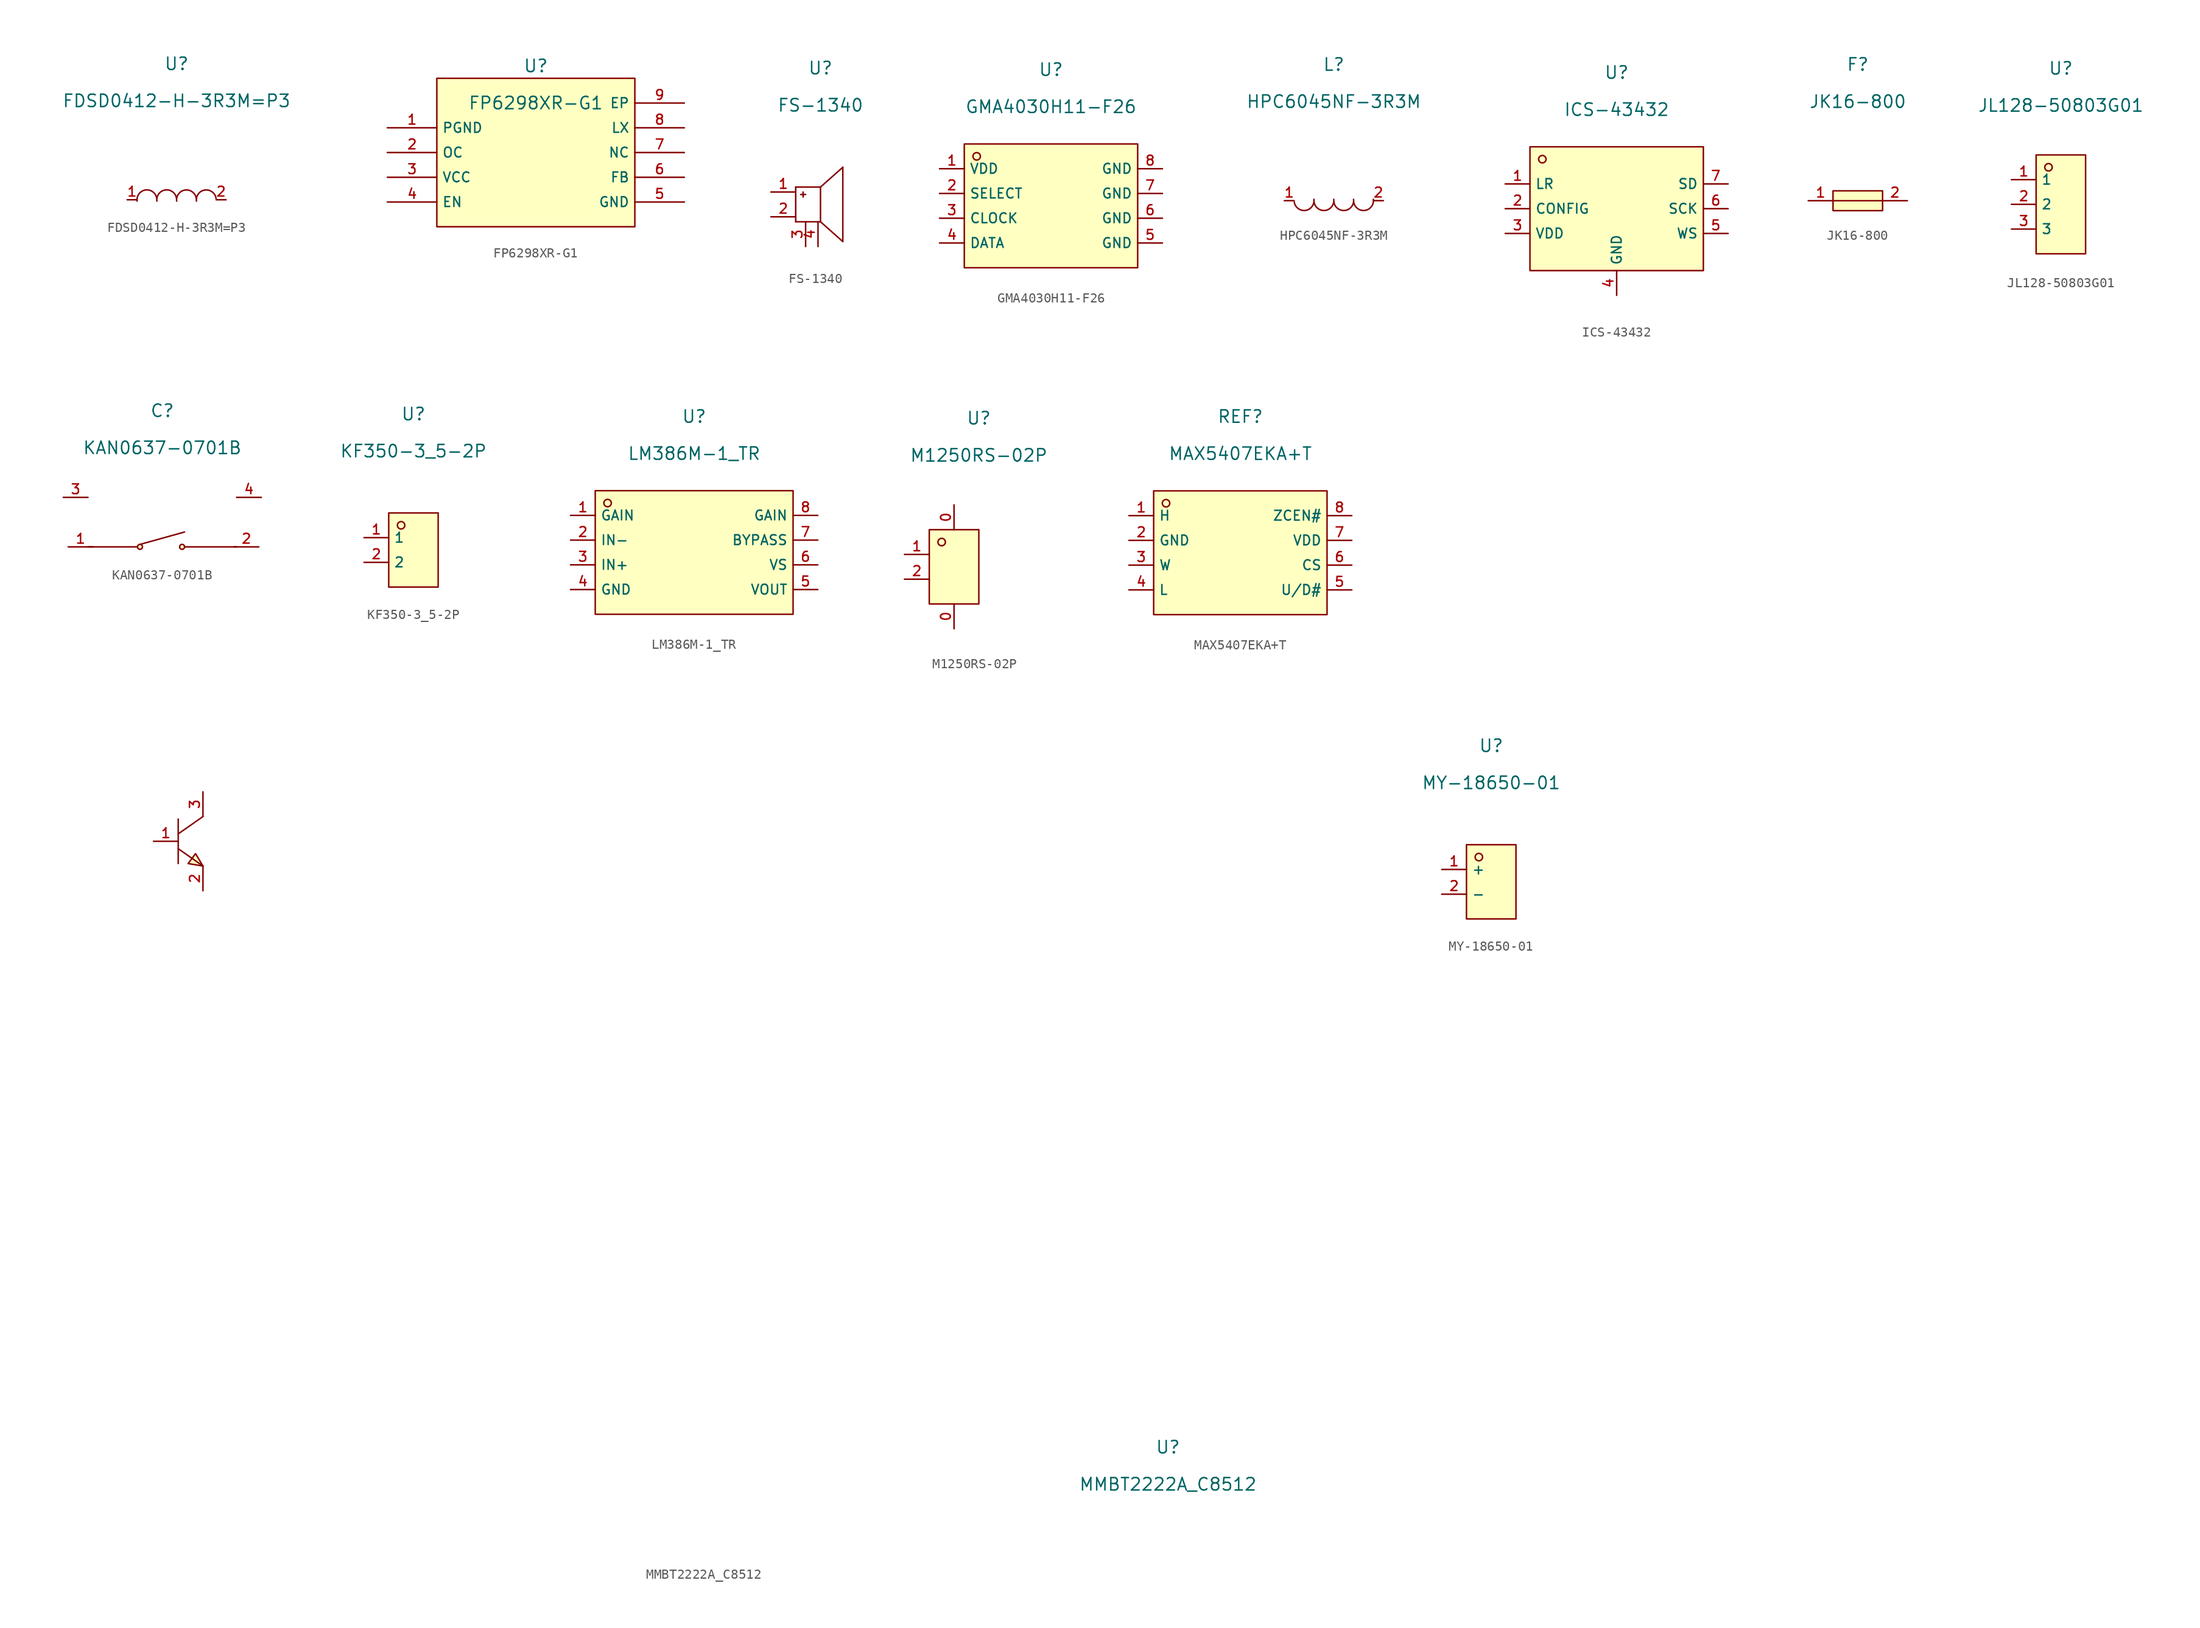
<source format=kicad_sym>
(kicad_symbol_lib
  (version 20211014)
  (generator kicad_symbol_editor)
  (symbol "FDSD0412-H-3R3M=P3"
    (pin_names hide)
    (property "Reference" "U"
      (at 0 1.27 0)
      (effects (font (size 1.27 1.27))))
    (property "Value" "FDSD0412-H-3R3M=P3"
      (at 0 -2.54 0)
      (effects (font (size 1.27 1.27))))
    (symbol "FDSD0412-H-3R3M=P3_0_0"
      (arc (start -2.0419 -12.5587) (mid -3.1893 -11.6939) (end -4.0541 -12.8413) (stroke (width 0) (type default) (color 0 0 0 0)) (fill (type none)))
      (arc (start -0.0099 -12.5587) (mid -1.1573 -11.6939) (end -2.0221 -12.8413) (stroke (width 0) (type default) (color 0 0 0 0)) (fill (type none)))
      (arc (start 2.0221 -12.5587) (mid 0.8747 -11.6939) (end 0.0099 -12.8413) (stroke (width 0) (type default) (color 0 0 0 0)) (fill (type none)))
      (arc (start 4.0541 -12.5587) (mid 2.9067 -11.6939) (end 2.0419 -12.8413) (stroke (width 0) (type default) (color 0 0 0 0)) (fill (type none)))
      (pin unspecified line (at -5.08 -12.7 0) (length 1.016) (name "1" (effects (font (size 1 1)))) (number "1" (effects (font (size 1 1)))))
      (pin unspecified line (at 5.08 -12.7 180) (length 1.016) (name "2" (effects (font (size 1 1)))) (number "2" (effects (font (size 1 1)))))))
  (symbol "FP6298XR-G1"
    (property "Reference" "U"
      (at 0 1.27 0)
      (effects (font (size 1.27 1.27))))
    (property "Value" "FP6298XR-G1"
      (at 0 -2.54 0)
      (effects (font (size 1.27 1.27))))
    (symbol "FP6298XR-G1_0_0"
      (rectangle (start -10.16 0) (end 10.16 -15.24) (stroke (width 0) (type default) (color 0 0 0 0)) (fill (type background)))
      (pin unspecified line (at -15.24 -5.08 0) (length 5.08) (name "PGND" (effects (font (size 1 1)))) (number "1" (effects (font (size 1 1)))))
      (pin unspecified line (at -15.24 -7.62 0) (length 5.08) (name "OC" (effects (font (size 1 1)))) (number "2" (effects (font (size 1 1)))))
      (pin unspecified line (at -15.24 -10.16 0) (length 5.08) (name "VCC" (effects (font (size 1 1)))) (number "3" (effects (font (size 1 1)))))
      (pin unspecified line (at -15.24 -12.7 0) (length 5.08) (name "EN" (effects (font (size 1 1)))) (number "4" (effects (font (size 1 1)))))
      (pin unspecified line (at 15.24 -12.7 180) (length 5.08) (name "GND" (effects (font (size 1 1)))) (number "5" (effects (font (size 1 1)))))
      (pin unspecified line (at 15.24 -10.16 180) (length 5.08) (name "FB" (effects (font (size 1 1)))) (number "6" (effects (font (size 1 1)))))
      (pin unspecified line (at 15.24 -7.62 180) (length 5.08) (name "NC" (effects (font (size 1 1)))) (number "7" (effects (font (size 1 1)))))
      (pin unspecified line (at 15.24 -5.08 180) (length 5.08) (name "LX" (effects (font (size 1 1)))) (number "8" (effects (font (size 1 1)))))
      (pin unspecified line (at 15.24 -2.54 180) (length 5.08) (name "EP" (effects (font (size 1 1)))) (number "9" (effects (font (size 1 1)))))))
  (symbol "FS-1340"
    (pin_names hide)
    (property "Reference" "U"
      (at 0 1.27 0)
      (effects (font (size 1.27 1.27))))
    (property "Value" "FS-1340"
      (at 0 -2.54 0)
      (effects (font (size 1.27 1.27))))
    (symbol "FS-1340_0_0"
      (polyline (pts (xy -2.54 -14.478) (xy 0 -14.478)) (stroke (width 0) (type default) (color 0 0 0 0)) (fill (type none)))
      (polyline (pts (xy -2.54 -10.922) (xy -2.54 -14.478)) (stroke (width 0) (type default) (color 0 0 0 0)) (fill (type none)))
      (polyline (pts (xy -2.54 -10.922) (xy 0 -10.922)) (stroke (width 0) (type default) (color 0 0 0 0)) (fill (type none)))
      (polyline (pts (xy -2.032 -11.684) (xy -1.524 -11.684)) (stroke (width 0) (type default) (color 0 0 0 0)) (fill (type none)))
      (polyline (pts (xy -1.778 -11.43) (xy -1.778 -11.938)) (stroke (width 0) (type default) (color 0 0 0 0)) (fill (type none)))
      (polyline (pts (xy 0 -14.478) (xy 2.286 -16.51)) (stroke (width 0) (type default) (color 0 0 0 0)) (fill (type none)))
      (polyline (pts (xy 0 -10.922) (xy 0 -14.478)) (stroke (width 0) (type default) (color 0 0 0 0)) (fill (type none)))
      (polyline (pts (xy 2.286 -8.89) (xy 0 -10.922)) (stroke (width 0) (type default) (color 0 0 0 0)) (fill (type none)))
      (polyline (pts (xy 2.286 -8.89) (xy 2.286 -16.51)) (stroke (width 0) (type default) (color 0 0 0 0)) (fill (type none)))
      (pin unspecified line (at -5.08 -11.43 0) (length 2.54) (name "+" (effects (font (size 1 1)))) (number "1" (effects (font (size 1 1)))))
      (pin unspecified line (at -5.08 -13.97 0) (length 2.54) (name "-" (effects (font (size 1 1)))) (number "2" (effects (font (size 1 1)))))
      (pin unspecified line (at -1.524 -17.018 90) (length 2.54) (name "3" (effects (font (size 1 1)))) (number "3" (effects (font (size 1 1)))))
      (pin unspecified line (at -0.254 -17.018 90) (length 2.54) (name "4" (effects (font (size 1 1)))) (number "4" (effects (font (size 1 1)))))))
  (symbol "GMA4030H11-F26"
    (property "Reference" "U"
      (at 0 1.27 0)
      (effects (font (size 1.27 1.27))))
    (property "Value" "GMA4030H11-F26"
      (at 0 -2.54 0)
      (effects (font (size 1.27 1.27))))
    (symbol "GMA4030H11-F26_0_0"
      (rectangle (start -8.89 -6.35) (end 8.89 -19.05) (stroke (width 0) (type default) (color 0 0 0 0)) (fill (type background)))
      (circle (center -7.62 -7.62) (radius 0.381) (stroke (width 0) (type default) (color 0 0 0 0)) (fill (type background)))
      (pin unspecified line (at -11.43 -8.89 0) (length 2.54) (name "VDD" (effects (font (size 1 1)))) (number "1" (effects (font (size 1 1)))))
      (pin unspecified line (at -11.43 -11.43 0) (length 2.54) (name "SELECT" (effects (font (size 1 1)))) (number "2" (effects (font (size 1 1)))))
      (pin unspecified line (at -11.43 -13.97 0) (length 2.54) (name "CLOCK" (effects (font (size 1 1)))) (number "3" (effects (font (size 1 1)))))
      (pin unspecified line (at -11.43 -16.51 0) (length 2.54) (name "DATA" (effects (font (size 1 1)))) (number "4" (effects (font (size 1 1)))))
      (pin unspecified line (at 11.43 -16.51 180) (length 2.54) (name "GND" (effects (font (size 1 1)))) (number "5" (effects (font (size 1 1)))))
      (pin unspecified line (at 11.43 -13.97 180) (length 2.54) (name "GND" (effects (font (size 1 1)))) (number "6" (effects (font (size 1 1)))))
      (pin unspecified line (at 11.43 -11.43 180) (length 2.54) (name "GND" (effects (font (size 1 1)))) (number "7" (effects (font (size 1 1)))))
      (pin unspecified line (at 11.43 -8.89 180) (length 2.54) (name "GND" (effects (font (size 1 1)))) (number "8" (effects (font (size 1 1)))))))
  (symbol "HPC6045NF-3R3M"
    (pin_names hide)
    (property "Reference" "L"
      (at 0 1.27 0)
      (effects (font (size 1.27 1.27))))
    (property "Value" "HPC6045NF-3R3M"
      (at 0 -2.54 0)
      (effects (font (size 1.27 1.27))))
    (symbol "HPC6045NF-3R3M_0_0"
      (arc (start -4.0541 -12.8413) (mid -2.9067 -13.7061) (end -2.0419 -12.5587) (stroke (width 0) (type default) (color 0 0 0 0)) (fill (type none)))
      (arc (start -2.0221 -12.8413) (mid -0.8747 -13.7061) (end -0.0099 -12.5587) (stroke (width 0) (type default) (color 0 0 0 0)) (fill (type none)))
      (arc (start 0.0099 -12.8413) (mid 1.1573 -13.7061) (end 2.0221 -12.5587) (stroke (width 0) (type default) (color 0 0 0 0)) (fill (type none)))
      (arc (start 2.0419 -12.8413) (mid 3.1893 -13.7061) (end 4.0541 -12.5587) (stroke (width 0) (type default) (color 0 0 0 0)) (fill (type none)))
      (pin unspecified line (at -5.08 -12.7 0) (length 1.016) (name "1" (effects (font (size 1 1)))) (number "1" (effects (font (size 1 1)))))
      (pin unspecified line (at 5.08 -12.7 180) (length 1.016) (name "2" (effects (font (size 1 1)))) (number "2" (effects (font (size 1 1)))))))
  (symbol "ICS-43432"
    (property "Reference" "U"
      (at 0 1.27 0)
      (effects (font (size 1.27 1.27))))
    (property "Value" "ICS-43432"
      (at 0 -2.54 0)
      (effects (font (size 1.27 1.27))))
    (symbol "ICS-43432_0_0"
      (rectangle (start -8.89 -6.35) (end 8.89 -19.05) (stroke (width 0) (type default) (color 0 0 0 0)) (fill (type background)))
      (circle (center -7.62 -7.62) (radius 0.381) (stroke (width 0) (type default) (color 0 0 0 0)) (fill (type background)))
      (pin unspecified line (at -11.43 -10.16 0) (length 2.54) (name "LR" (effects (font (size 1 1)))) (number "1" (effects (font (size 1 1)))))
      (pin unspecified line (at -11.43 -12.7 0) (length 2.54) (name "CONFIG" (effects (font (size 1 1)))) (number "2" (effects (font (size 1 1)))))
      (pin unspecified line (at -11.43 -15.24 0) (length 2.54) (name "VDD" (effects (font (size 1 1)))) (number "3" (effects (font (size 1 1)))))
      (pin unspecified line (at 0 -21.59 90) (length 2.54) (name "GND" (effects (font (size 1 1)))) (number "4" (effects (font (size 1 1)))))
      (pin unspecified line (at 11.43 -15.24 180) (length 2.54) (name "WS" (effects (font (size 1 1)))) (number "5" (effects (font (size 1 1)))))
      (pin unspecified line (at 11.43 -12.7 180) (length 2.54) (name "SCK" (effects (font (size 1 1)))) (number "6" (effects (font (size 1 1)))))
      (pin unspecified line (at 11.43 -10.16 180) (length 2.54) (name "SD" (effects (font (size 1 1)))) (number "7" (effects (font (size 1 1)))))))
  (symbol "JK16-800"
    (pin_names hide)
    (property "Reference" "F"
      (at 0 1.27 0)
      (effects (font (size 1.27 1.27))))
    (property "Value" "JK16-800"
      (at 0 -2.54 0)
      (effects (font (size 1.27 1.27))))
    (symbol "JK16-800_0_0"
      (rectangle (start -2.54 -11.684) (end 2.54 -13.716) (stroke (width 0) (type default) (color 0 0 0 0)) (fill (type background)))
      (polyline (pts (xy -2.54 -12.7) (xy 2.54 -12.7)) (stroke (width 0) (type default) (color 0 0 0 0)) (fill (type none)))
      (pin unspecified line (at -5.08 -12.7 0) (length 2.54) (name "1" (effects (font (size 1 1)))) (number "1" (effects (font (size 1 1)))))
      (pin unspecified line (at 5.08 -12.7 180) (length 2.54) (name "2" (effects (font (size 1 1)))) (number "2" (effects (font (size 1 1)))))))
  (symbol "JL128-50803G01"
    (property "Reference" "U"
      (at 0 1.27 0)
      (effects (font (size 1.27 1.27))))
    (property "Value" "JL128-50803G01"
      (at 0 -2.54 0)
      (effects (font (size 1.27 1.27))))
    (symbol "JL128-50803G01_0_0"
      (rectangle (start -2.54 -7.62) (end 2.54 -17.78) (stroke (width 0) (type default) (color 0 0 0 0)) (fill (type background)))
      (circle (center -1.27 -8.89) (radius 0.381) (stroke (width 0) (type default) (color 0 0 0 0)) (fill (type background)))
      (pin unspecified line (at -5.08 -10.16 0) (length 2.54) (name "1" (effects (font (size 1 1)))) (number "1" (effects (font (size 1 1)))))
      (pin unspecified line (at -5.08 -12.7 0) (length 2.54) (name "2" (effects (font (size 1 1)))) (number "2" (effects (font (size 1 1)))))
      (pin unspecified line (at -5.08 -15.24 0) (length 2.54) (name "3" (effects (font (size 1 1)))) (number "3" (effects (font (size 1 1)))))))
  (symbol "KAN0637-0701B"
    (pin_names hide)
    (property "Reference" "C"
      (at 0 1.27 0)
      (effects (font (size 1.27 1.27))))
    (property "Value" "KAN0637-0701B"
      (at 0 -2.54 0)
      (effects (font (size 1.27 1.27))))
    (symbol "KAN0637-0701B_0_0"
      (circle (center -2.286 -12.7) (radius 0.254) (stroke (width 0) (type default) (color 0 0 0 0)) (fill (type background)))
      (polyline (pts (xy -7.62 -12.7) (xy -2.54 -12.7)) (stroke (width 0) (type default) (color 0 0 0 0)) (fill (type none)))
      (polyline (pts (xy -2.286 -12.446) (xy 2.286 -11.176)) (stroke (width 0) (type default) (color 0 0 0 0)) (fill (type none)))
      (polyline (pts (xy 7.62 -12.7) (xy 2.286 -12.7)) (stroke (width 0) (type default) (color 0 0 0 0)) (fill (type none)))
      (circle (center 2.032 -12.7) (radius 0.254) (stroke (width 0) (type default) (color 0 0 0 0)) (fill (type background)))
      (pin unspecified line (at -9.652 -12.7 0) (length 2.54) (name "1" (effects (font (size 1 1)))) (number "1" (effects (font (size 1 1)))))
      (pin unspecified line (at 9.906 -12.7 180) (length 2.54) (name "2" (effects (font (size 1 1)))) (number "2" (effects (font (size 1 1)))))
      (pin unspecified line (at -10.16 -7.62 0) (length 2.54) (name "3" (effects (font (size 1 1)))) (number "3" (effects (font (size 1 1)))))
      (pin unspecified line (at 10.16 -7.62 180) (length 2.54) (name "4" (effects (font (size 1 1)))) (number "4" (effects (font (size 1 1)))))))
  (symbol "KF350-3_5-2P"
    (property "Reference" "U"
      (at 0 1.27 0)
      (effects (font (size 1.27 1.27))))
    (property "Value" "KF350-3_5-2P"
      (at 0 -2.54 0)
      (effects (font (size 1.27 1.27))))
    (symbol "KF350-3_5-2P_0_0"
      (rectangle (start -2.54 -8.89) (end 2.54 -16.51) (stroke (width 0) (type default) (color 0 0 0 0)) (fill (type background)))
      (circle (center -1.27 -10.16) (radius 0.381) (stroke (width 0) (type default) (color 0 0 0 0)) (fill (type background)))
      (pin unspecified line (at -5.08 -11.43 0) (length 2.54) (name "1" (effects (font (size 1 1)))) (number "1" (effects (font (size 1 1)))))
      (pin unspecified line (at -5.08 -13.97 0) (length 2.54) (name "2" (effects (font (size 1 1)))) (number "2" (effects (font (size 1 1)))))))
  (symbol "LM386M-1_TR"
    (property "Reference" "U"
      (at 0 1.27 0)
      (effects (font (size 1.27 1.27))))
    (property "Value" "LM386M-1_TR"
      (at 0 -2.54 0)
      (effects (font (size 1.27 1.27))))
    (symbol "LM386M-1_TR_0_0"
      (rectangle (start -10.16 -6.35) (end 10.16 -19.05) (stroke (width 0) (type default) (color 0 0 0 0)) (fill (type background)))
      (circle (center -8.89 -7.62) (radius 0.381) (stroke (width 0) (type default) (color 0 0 0 0)) (fill (type background)))
      (pin unspecified line (at -12.7 -8.89 0) (length 2.54) (name "GAIN" (effects (font (size 1 1)))) (number "1" (effects (font (size 1 1)))))
      (pin unspecified line (at -12.7 -11.43 0) (length 2.54) (name "IN-" (effects (font (size 1 1)))) (number "2" (effects (font (size 1 1)))))
      (pin unspecified line (at -12.7 -13.97 0) (length 2.54) (name "IN+" (effects (font (size 1 1)))) (number "3" (effects (font (size 1 1)))))
      (pin unspecified line (at -12.7 -16.51 0) (length 2.54) (name "GND" (effects (font (size 1 1)))) (number "4" (effects (font (size 1 1)))))
      (pin unspecified line (at 12.7 -16.51 180) (length 2.54) (name "VOUT" (effects (font (size 1 1)))) (number "5" (effects (font (size 1 1)))))
      (pin unspecified line (at 12.7 -13.97 180) (length 2.54) (name "VS" (effects (font (size 1 1)))) (number "6" (effects (font (size 1 1)))))
      (pin unspecified line (at 12.7 -11.43 180) (length 2.54) (name "BYPASS" (effects (font (size 1 1)))) (number "7" (effects (font (size 1 1)))))
      (pin unspecified line (at 12.7 -8.89 180) (length 2.54) (name "GAIN" (effects (font (size 1 1)))) (number "8" (effects (font (size 1 1)))))))
  (symbol "M1250RS-02P"
    (pin_names hide)
    (property "Reference" "U"
      (at 0 1.27 0)
      (effects (font (size 1.27 1.27))))
    (property "Value" "M1250RS-02P"
      (at 0 -2.54 0)
      (effects (font (size 1.27 1.27))))
    (symbol "M1250RS-02P_0_0"
      (rectangle (start -5.08 -10.16) (end 0 -17.78) (stroke (width 0) (type default) (color 0 0 0 0)) (fill (type background)))
      (circle (center -3.81 -11.43) (radius 0.381) (stroke (width 0) (type default) (color 0 0 0 0)) (fill (type background)))
      (pin unspecified line (at -2.54 -20.32 90) (length 2.54) (name "0" (effects (font (size 1 1)))) (number "0" (effects (font (size 1 1)))))
      (pin unspecified line (at -2.54 -7.62 270) (length 2.54) (name "0" (effects (font (size 1 1)))) (number "0" (effects (font (size 1 1)))))
      (pin unspecified line (at -7.62 -12.7 0) (length 2.54) (name "1" (effects (font (size 1 1)))) (number "1" (effects (font (size 1 1)))))
      (pin unspecified line (at -7.62 -15.24 0) (length 2.54) (name "2" (effects (font (size 1 1)))) (number "2" (effects (font (size 1 1)))))))
  (symbol "MAX5407EKA+T"
    (property "Reference" "REF"
      (at 0 1.27 0)
      (effects (font (size 1.27 1.27))))
    (property "Value" "MAX5407EKA+T"
      (at 0 -2.54 0)
      (effects (font (size 1.27 1.27))))
    (symbol "MAX5407EKA+T_0_0"
      (rectangle (start -8.89 -6.35) (end 8.89 -19.05) (stroke (width 0) (type default) (color 0 0 0 0)) (fill (type background)))
      (circle (center -7.62 -7.62) (radius 0.381) (stroke (width 0) (type default) (color 0 0 0 0)) (fill (type background)))
      (pin unspecified line (at -11.43 -8.89 0) (length 2.54) (name "H" (effects (font (size 1 1)))) (number "1" (effects (font (size 1 1)))))
      (pin unspecified line (at -11.43 -11.43 0) (length 2.54) (name "GND" (effects (font (size 1 1)))) (number "2" (effects (font (size 1 1)))))
      (pin unspecified line (at -11.43 -13.97 0) (length 2.54) (name "W" (effects (font (size 1 1)))) (number "3" (effects (font (size 1 1)))))
      (pin unspecified line (at -11.43 -16.51 0) (length 2.54) (name "L" (effects (font (size 1 1)))) (number "4" (effects (font (size 1 1)))))
      (pin unspecified line (at 11.43 -16.51 180) (length 2.54) (name "U/D#" (effects (font (size 1 1)))) (number "5" (effects (font (size 1 1)))))
      (pin unspecified line (at 11.43 -13.97 180) (length 2.54) (name "CS" (effects (font (size 1 1)))) (number "6" (effects (font (size 1 1)))))
      (pin unspecified line (at 11.43 -11.43 180) (length 2.54) (name "VDD" (effects (font (size 1 1)))) (number "7" (effects (font (size 1 1)))))
      (pin unspecified line (at 11.43 -8.89 180) (length 2.54) (name "ZCEN#" (effects (font (size 1 1)))) (number "8" (effects (font (size 1 1)))))))
  (symbol "MMBT2222A_C8512"
    (pin_names hide)
    (property "Reference" "U"
      (at 0 1.27 0)
      (effects (font (size 1.27 1.27))))
    (property "Value" "MMBT2222A_C8512"
      (at 0 -2.54 0)
      (effects (font (size 1.27 1.27))))
    (symbol "MMBT2222A_C8512_0_0"
      (polyline (pts (xy -101.6 62.738) (xy -99.06 60.96)) (stroke (width 0) (type default) (color 0 0 0 0)) (fill (type none)))
      (polyline (pts (xy -101.6 65.786) (xy -101.6 61.214)) (stroke (width 0) (type default) (color 0 0 0 0)) (fill (type none)))
      (polyline (pts (xy -99.06 66.04) (xy -101.6 64.262)) (stroke (width 0) (type default) (color 0 0 0 0)) (fill (type none)))
      (polyline (pts (xy -99.06 60.96) (xy -99.822 62.23) (xy -100.584 61.214) (xy -99.06 60.96)) (stroke (width 0) (type default) (color 0 0 0 0)) (fill (type background)))
      (pin unspecified line (at -104.14 63.5 0) (length 2.54) (name "B" (effects (font (size 1 1)))) (number "1" (effects (font (size 1 1)))))
      (pin unspecified line (at -99.06 58.42 90) (length 2.54) (name "E" (effects (font (size 1 1)))) (number "2" (effects (font (size 1 1)))))
      (pin unspecified line (at -99.06 68.58 270) (length 2.54) (name "C" (effects (font (size 1 1)))) (number "3" (effects (font (size 1 1)))))))
  (symbol "MY-18650-01"
    (property "Reference" "U"
      (at 0 1.27 0)
      (effects (font (size 1.27 1.27))))
    (property "Value" "MY-18650-01"
      (at 0 -2.54 0)
      (effects (font (size 1.27 1.27))))
    (symbol "MY-18650-01_0_0"
      (rectangle (start -2.54 -8.89) (end 2.54 -16.51) (stroke (width 0) (type default) (color 0 0 0 0)) (fill (type background)))
      (circle (center -1.27 -10.16) (radius 0.381) (stroke (width 0) (type default) (color 0 0 0 0)) (fill (type background)))
      (pin unspecified line (at -5.08 -11.43 0) (length 2.54) (name "+" (effects (font (size 1 1)))) (number "1" (effects (font (size 1 1)))))
      (pin unspecified line (at -5.08 -13.97 0) (length 2.54) (name "-" (effects (font (size 1 1)))) (number "2" (effects (font (size 1 1))))))))
</source>
